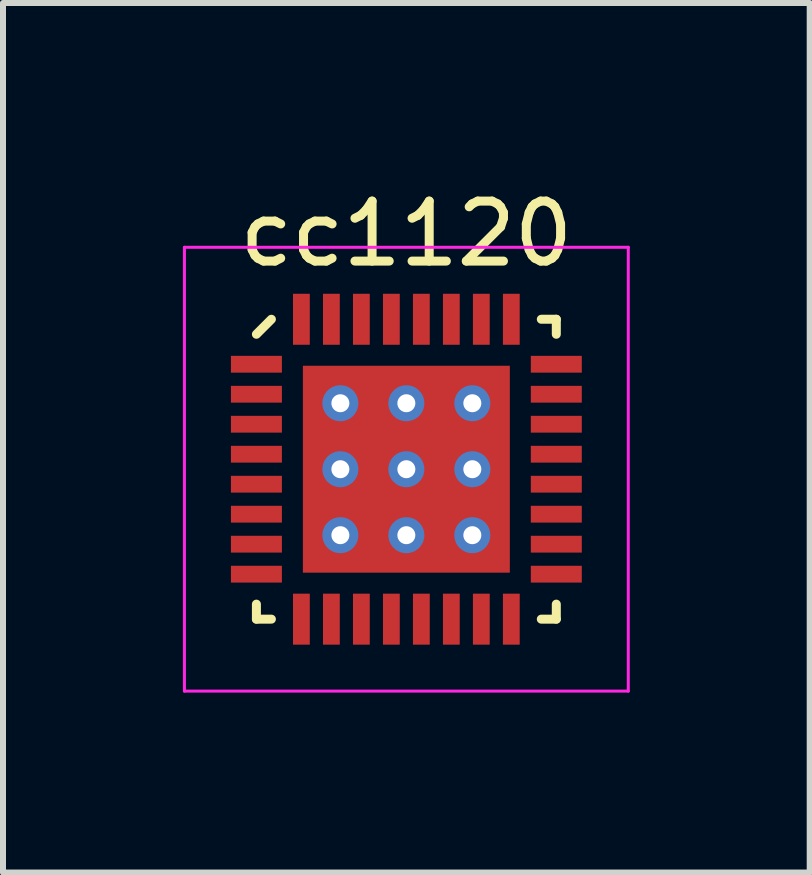
<source format=kicad_pcb>
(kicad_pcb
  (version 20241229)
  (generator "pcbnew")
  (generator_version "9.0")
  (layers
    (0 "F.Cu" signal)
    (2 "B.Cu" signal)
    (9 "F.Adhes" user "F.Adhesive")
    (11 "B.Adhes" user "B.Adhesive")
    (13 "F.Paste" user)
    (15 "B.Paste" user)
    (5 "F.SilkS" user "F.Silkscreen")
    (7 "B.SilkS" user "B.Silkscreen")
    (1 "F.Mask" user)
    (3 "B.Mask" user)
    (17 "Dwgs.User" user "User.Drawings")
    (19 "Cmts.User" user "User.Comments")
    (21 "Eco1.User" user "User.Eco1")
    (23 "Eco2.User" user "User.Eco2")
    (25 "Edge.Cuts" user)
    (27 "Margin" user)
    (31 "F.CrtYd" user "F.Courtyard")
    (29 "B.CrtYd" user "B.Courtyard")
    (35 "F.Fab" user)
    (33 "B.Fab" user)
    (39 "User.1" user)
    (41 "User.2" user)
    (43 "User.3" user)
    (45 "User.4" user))
  (footprint "cc1120"
    (layer "F.Cu")
    (at 3.725 4.773)
    (property "Reference" "cc1120" (at 0 -3.925 0) (layer "F.SilkS") (effects (font (size 1 1) (thickness 0.15))))
    (attr smd)
    (fp_line (start -2.5 -2.25) (end -2.25 -2.5) (stroke (width 0.15) (type solid)) (layer "F.SilkS"))
    (fp_line (start -2.5 2.5) (end -2.5 2.25) (stroke (width 0.15) (type solid)) (layer "F.SilkS"))
    (fp_line (start -2.25 2.5) (end -2.5 2.5) (stroke (width 0.15) (type solid)) (layer "F.SilkS"))
    (fp_line (start 2.25 -2.5) (end 2.5 -2.5) (stroke (width 0.15) (type solid)) (layer "F.SilkS"))
    (fp_line (start 2.25 2.5) (end 2.5 2.5) (stroke (width 0.15) (type solid)) (layer "F.SilkS"))
    (fp_line (start 2.5 -2.5) (end 2.5 -2.25) (stroke (width 0.15) (type solid)) (layer "F.SilkS"))
    (fp_line (start 2.5 2.5) (end 2.5 2.25) (stroke (width 0.15) (type solid)) (layer "F.SilkS"))
    (fp_line (start -3.7 -3.7) (end 3.7 -3.7) (stroke (width 0.05) (type solid)) (layer "F.CrtYd"))
    (fp_line (start -3.7 3.7) (end -3.7 -3.7) (stroke (width 0.05) (type solid)) (layer "F.CrtYd"))
    (fp_line (start 3.7 -3.7) (end 3.7 3.7) (stroke (width 0.05) (type solid)) (layer "F.CrtYd"))
    (fp_line (start 3.7 3.7) (end -3.7 3.7) (stroke (width 0.05) (type solid)) (layer "F.CrtYd"))
    (pad "1" smd rect (at -2.5 -1.75 90) (size 0.28 0.85) (layers "F.Cu" "F.Mask" "F.Paste"))
    (pad "2" smd rect (at -2.5 -1.25 90) (size 0.28 0.85) (layers "F.Cu" "F.Mask" "F.Paste"))
    (pad "3" smd rect (at -2.5 -0.75 90) (size 0.28 0.85) (layers "F.Cu" "F.Mask" "F.Paste"))
    (pad "4" smd rect (at -2.5 -0.25 90) (size 0.28 0.85) (layers "F.Cu" "F.Mask" "F.Paste"))
    (pad "5" smd rect (at -2.5 0.25 90) (size 0.28 0.85) (layers "F.Cu" "F.Mask" "F.Paste"))
    (pad "6" smd rect (at -2.5 0.75 90) (size 0.28 0.85) (layers "F.Cu" "F.Mask" "F.Paste"))
    (pad "7" smd rect (at -2.5 1.25 90) (size 0.28 0.85) (layers "F.Cu" "F.Mask" "F.Paste"))
    (pad "8" smd rect (at -2.5 1.75 90) (size 0.28 0.85) (layers "F.Cu" "F.Mask" "F.Paste"))
    (pad "9" smd rect (at -1.75 2.5) (size 0.28 0.85) (layers "F.Cu" "F.Mask" "F.Paste"))
    (pad "10" smd rect (at -1.25 2.5) (size 0.28 0.85) (layers "F.Cu" "F.Mask" "F.Paste"))
    (pad "11" smd rect (at -0.75 2.5) (size 0.28 0.85) (layers "F.Cu" "F.Mask" "F.Paste"))
    (pad "12" smd rect (at -0.25 2.5) (size 0.28 0.85) (layers "F.Cu" "F.Mask" "F.Paste"))
    (pad "13" smd rect (at 0.25 2.5) (size 0.28 0.85) (layers "F.Cu" "F.Mask" "F.Paste"))
    (pad "14" smd rect (at 0.75 2.5) (size 0.28 0.85) (layers "F.Cu" "F.Mask" "F.Paste"))
    (pad "15" smd rect (at 1.25 2.5) (size 0.28 0.85) (layers "F.Cu" "F.Mask" "F.Paste"))
    (pad "16" smd rect (at 1.75 2.5) (size 0.28 0.85) (layers "F.Cu" "F.Mask" "F.Paste"))
    (pad "17" smd rect (at 2.5 1.75 90) (size 0.28 0.85) (layers "F.Cu" "F.Mask" "F.Paste"))
    (pad "18" smd rect (at 2.5 1.25 90) (size 0.28 0.85) (layers "F.Cu" "F.Mask" "F.Paste"))
    (pad "19" smd rect (at 2.5 0.75 90) (size 0.28 0.85) (layers "F.Cu" "F.Mask" "F.Paste"))
    (pad "20" smd rect (at 2.5 0.25 90) (size 0.28 0.85) (layers "F.Cu" "F.Mask" "F.Paste"))
    (pad "21" smd rect (at 2.5 -0.25 90) (size 0.28 0.85) (layers "F.Cu" "F.Mask" "F.Paste"))
    (pad "22" smd rect (at 2.5 -0.75 90) (size 0.28 0.85) (layers "F.Cu" "F.Mask" "F.Paste"))
    (pad "23" smd rect (at 2.5 -1.25 90) (size 0.28 0.85) (layers "F.Cu" "F.Mask" "F.Paste"))
    (pad "24" smd rect (at 2.5 -1.75 90) (size 0.28 0.85) (layers "F.Cu" "F.Mask" "F.Paste"))
    (pad "25" smd rect (at 1.75 -2.5) (size 0.28 0.85) (layers "F.Cu" "F.Mask" "F.Paste"))
    (pad "26" smd rect (at 1.25 -2.5) (size 0.28 0.85) (layers "F.Cu" "F.Mask" "F.Paste"))
    (pad "27" smd rect (at 0.75 -2.5) (size 0.28 0.85) (layers "F.Cu" "F.Mask" "F.Paste"))
    (pad "28" smd rect (at 0.25 -2.5) (size 0.28 0.85) (layers "F.Cu" "F.Mask" "F.Paste"))
    (pad "29" smd rect (at -0.25 -2.5) (size 0.28 0.85) (layers "F.Cu" "F.Mask" "F.Paste"))
    (pad "30" smd rect (at -0.75 -2.5) (size 0.28 0.85) (layers "F.Cu" "F.Mask" "F.Paste"))
    (pad "31" smd rect (at -1.25 -2.5) (size 0.28 0.85) (layers "F.Cu" "F.Mask" "F.Paste"))
    (pad "32" smd rect (at -1.75 -2.5) (size 0.28 0.85) (layers "F.Cu" "F.Mask" "F.Paste"))
    (pad "33" thru_hole circle (at -1.1 -1.1) (size 0.6 0.6) (drill 0.3) (layers "*.Cu" "*.Mask"))
    (pad "33" thru_hole circle (at -1.1 0) (size 0.6 0.6) (drill 0.3) (layers "*.Cu" "*.Mask"))
    (pad "33" thru_hole circle (at -1.1 1.1) (size 0.6 0.6) (drill 0.3) (layers "*.Cu" "*.Mask"))
    (pad "33" thru_hole circle (at 0 -1.1) (size 0.6 0.6) (drill 0.3) (layers "*.Cu" "*.Mask"))
    (pad "33" thru_hole circle (at 0 0) (size 0.6 0.6) (drill 0.3) (layers "*.Cu" "*.Mask"))
    (pad "33" smd rect (at 0 0) (size 3.45 3.45) (layers "F.Cu" "F.Mask" "F.Paste"))
    (pad "33" thru_hole circle (at 0 1.1) (size 0.6 0.6) (drill 0.3) (layers "*.Cu" "*.Mask"))
    (pad "33" thru_hole circle (at 1.1 -1.1) (size 0.6 0.6) (drill 0.3) (layers "*.Cu" "*.Mask"))
    (pad "33" thru_hole circle (at 1.1 0) (size 0.6 0.6) (drill 0.3) (layers "*.Cu" "*.Mask"))
    (pad "33" thru_hole circle (at 1.1 1.1) (size 0.6 0.6) (drill 0.3) (layers "*.Cu" "*.Mask")))
  (gr_rect
    (start -3 -3)
    (end 10.45 11.498)
    (stroke (width 0.1) (type default))
    (fill no)
    (layer "Edge.Cuts")))
</source>
